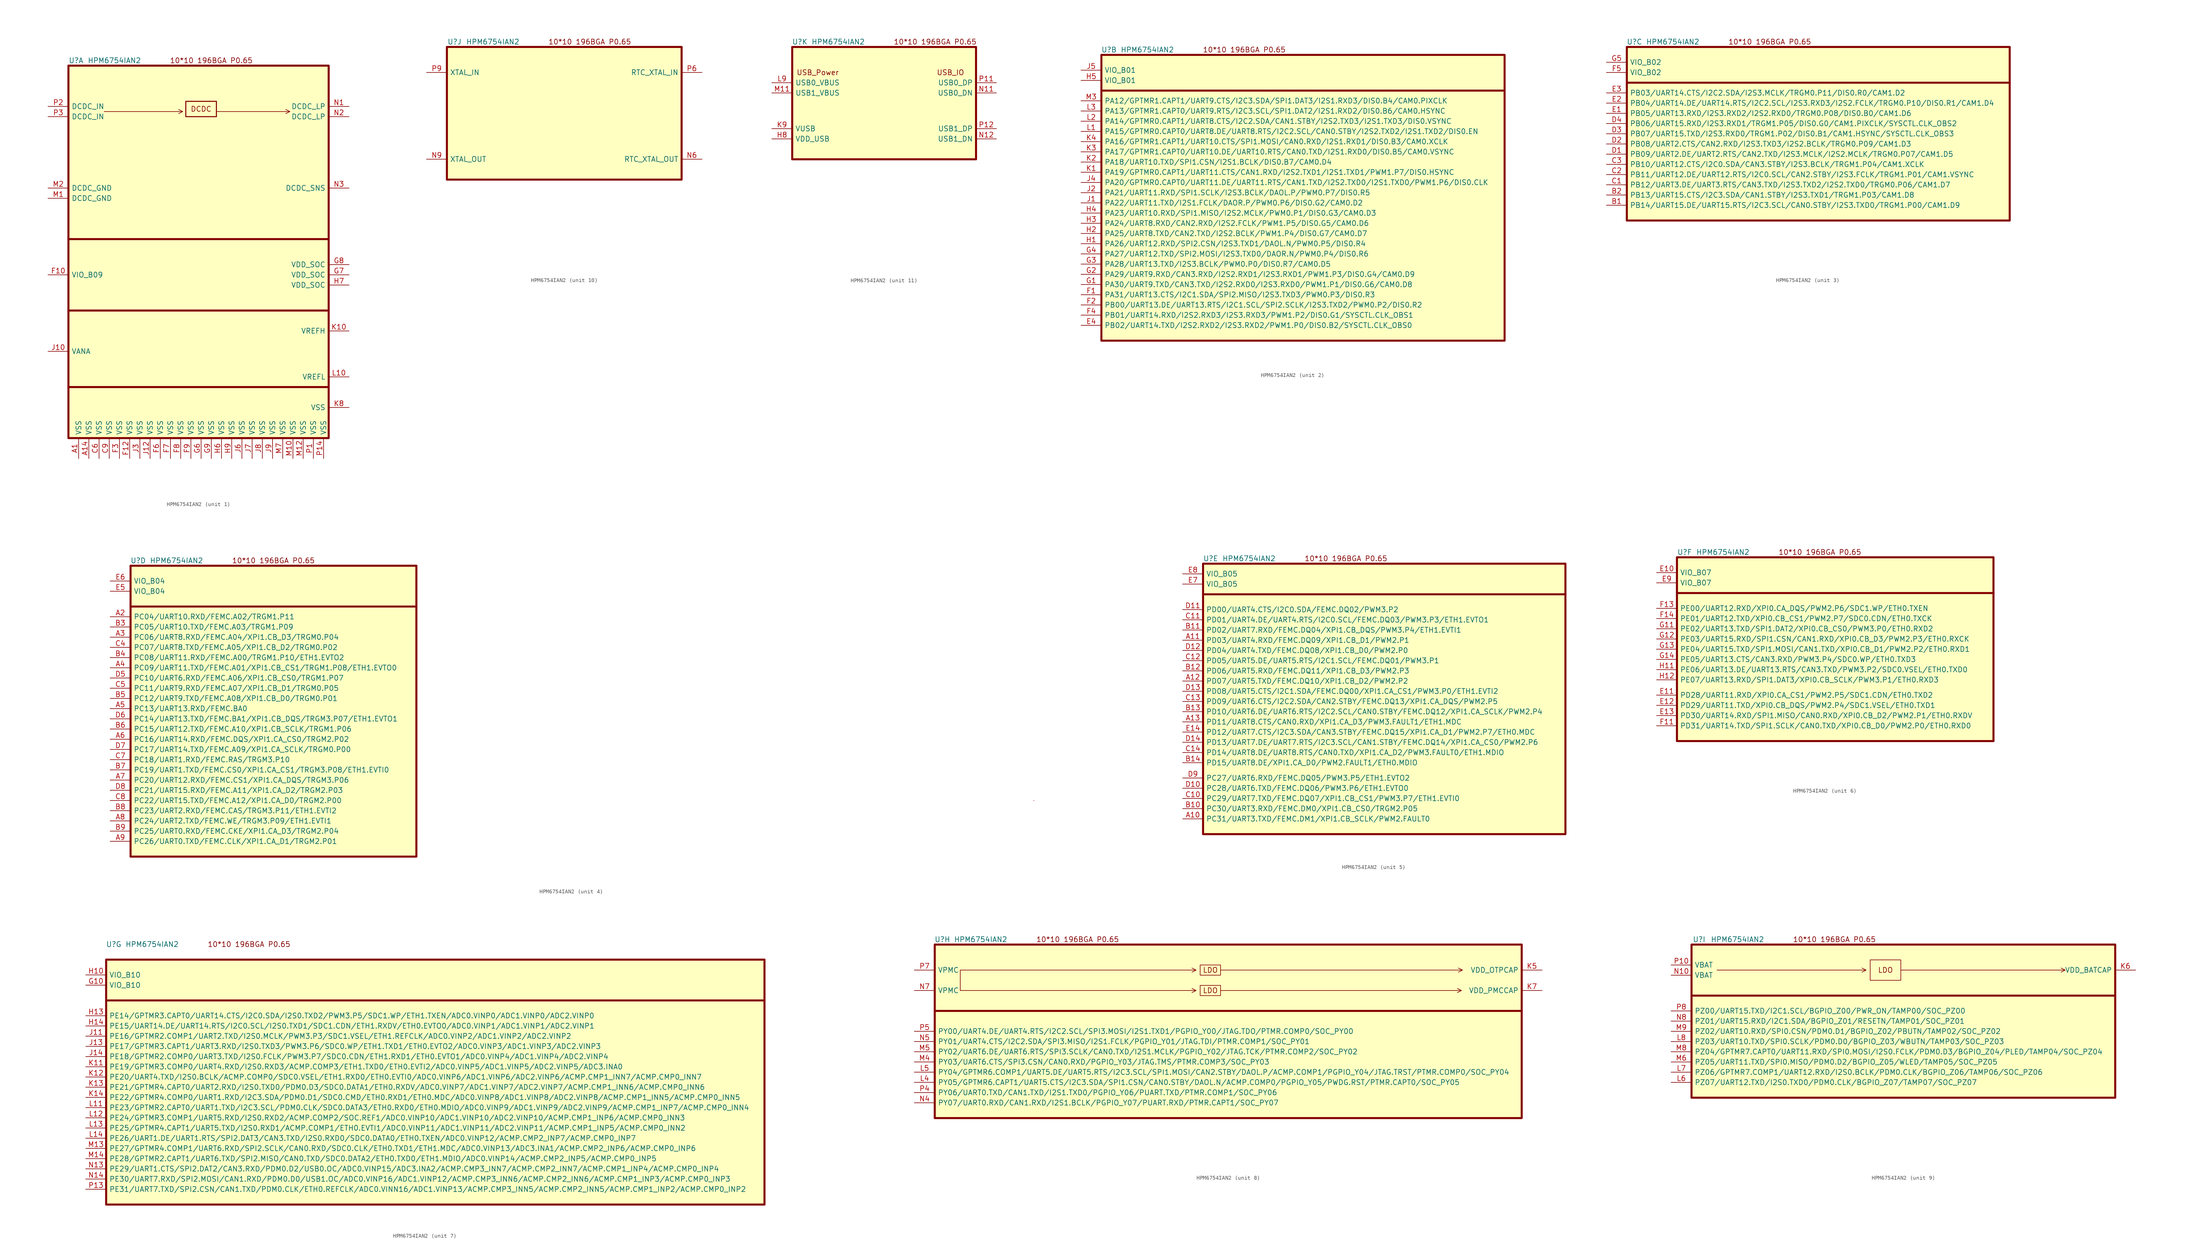
<source format=kicad_sym>
(kicad_symbol_lib
  (version 20220914)
  (generator kicad_symbol_editor)
  (symbol "HPM6754IAN2"
    (pin_names
      (offset 0.762))
    (property "Reference" "U"
      (at 1.905 1.27 0)
      (effects (font (size 1.27 1.27))))
    (property "Value" "HPM6754IAN2"
      (at 11.43 1.27 0)
      (effects (font (size 1.27 1.27))))
    (property "ki_locked" ""
      (at 0 0 0)
      (effects (font (size 1.27 1.27))))
    (symbol "HPM6754IAN2_0_0"
      (text "" (at 41.91 -51.435 0) (effects (font (size 1.27 1.27))))
      (text "10*10 196BGA P0.65" (at 35.56 1.27 0) (effects (font (size 1.27 1.27)))))
    (symbol "HPM6754IAN2_1_0"
      (polyline (pts (xy 8.89 -11.43) (xy 28.448 -11.43) (xy 27.432 -10.922) (xy 28.448 -11.43) (xy 27.432 -11.938)) (stroke (width 0) (type default)) (fill (type none)))
      (polyline (pts (xy 36.83 -11.43) (xy 55.118 -11.43) (xy 54.102 -10.922) (xy 55.118 -11.43) (xy 54.102 -11.938)) (stroke (width 0) (type default)) (fill (type none)))
      (text "DCDC" (at 33.02 -10.795 0) (effects (font (size 1.27 1.27)))))
    (symbol "HPM6754IAN2_1_1"
      (polyline (pts (xy 0 -80.01) (xy 64.77 -80.01)) (stroke (width 0.508) (type default)) (fill (type none)))
      (polyline (pts (xy 0 -60.96) (xy 64.77 -60.96)) (stroke (width 0.508) (type default)) (fill (type none)))
      (polyline (pts (xy 0 -43.18) (xy 64.77 -43.18)) (stroke (width 0.508) (type default)) (fill (type none)))
      (rectangle (start 0 0) (end 64.77 -92.71) (stroke (width 0.508) (type default)) (fill (type background)))
      (rectangle (start 29.21 -8.89) (end 36.83 -12.7) (stroke (width 0.254) (type default)) (fill (type background)))
      (pin power_out line (at 2.54 -97.79 90) (length 5.08) (name "VSS" (effects (font (size 1.27 1.27)))) (number "A1" (effects (font (size 1.27 1.27)))))
      (pin power_out line (at 5.08 -97.79 90) (length 5.08) (name "VSS" (effects (font (size 1.27 1.27)))) (number "A14" (effects (font (size 1.27 1.27)))))
      (pin power_out line (at 7.62 -97.79 90) (length 5.08) (name "VSS" (effects (font (size 1.27 1.27)))) (number "C6" (effects (font (size 1.27 1.27)))))
      (pin power_out line (at 10.16 -97.79 90) (length 5.08) (name "VSS" (effects (font (size 1.27 1.27)))) (number "C9" (effects (font (size 1.27 1.27)))))
      (pin power_in line (at -5.08 -52.07 0) (length 5.08) (name "VIO_B09" (effects (font (size 1.27 1.27)))) (number "F10" (effects (font (size 1.27 1.27)))))
      (pin power_out line (at 15.24 -97.79 90) (length 5.08) (name "VSS" (effects (font (size 1.27 1.27)))) (number "F12" (effects (font (size 1.27 1.27)))))
      (pin power_out line (at 12.7 -97.79 90) (length 5.08) (name "VSS" (effects (font (size 1.27 1.27)))) (number "F3" (effects (font (size 1.27 1.27)))))
      (pin power_out line (at 22.86 -97.79 90) (length 5.08) (name "VSS" (effects (font (size 1.27 1.27)))) (number "F6" (effects (font (size 1.27 1.27)))))
      (pin power_out line (at 25.4 -97.79 90) (length 5.08) (name "VSS" (effects (font (size 1.27 1.27)))) (number "F7" (effects (font (size 1.27 1.27)))))
      (pin power_out line (at 27.94 -97.79 90) (length 5.08) (name "VSS" (effects (font (size 1.27 1.27)))) (number "F8" (effects (font (size 1.27 1.27)))))
      (pin power_out line (at 30.48 -97.79 90) (length 5.08) (name "VSS" (effects (font (size 1.27 1.27)))) (number "F9" (effects (font (size 1.27 1.27)))))
      (pin power_out line (at 33.02 -97.79 90) (length 5.08) (name "VSS" (effects (font (size 1.27 1.27)))) (number "G6" (effects (font (size 1.27 1.27)))))
      (pin power_in line (at 69.85 -52.07 180) (length 5.08) (name "VDD_SOC" (effects (font (size 1.27 1.27)))) (number "G7" (effects (font (size 1.27 1.27)))))
      (pin power_in line (at 69.85 -49.53 180) (length 5.08) (name "VDD_SOC" (effects (font (size 1.27 1.27)))) (number "G8" (effects (font (size 1.27 1.27)))))
      (pin power_out line (at 35.56 -97.79 90) (length 5.08) (name "VSS" (effects (font (size 1.27 1.27)))) (number "G9" (effects (font (size 1.27 1.27)))))
      (pin power_out line (at 38.1 -97.79 90) (length 5.08) (name "VSS" (effects (font (size 1.27 1.27)))) (number "H6" (effects (font (size 1.27 1.27)))))
      (pin power_in line (at 69.85 -54.61 180) (length 5.08) (name "VDD_SOC" (effects (font (size 1.27 1.27)))) (number "H7" (effects (font (size 1.27 1.27)))))
      (pin power_out line (at 40.64 -97.79 90) (length 5.08) (name "VSS" (effects (font (size 1.27 1.27)))) (number "H9" (effects (font (size 1.27 1.27)))))
      (pin power_in line (at -5.08 -71.12 0) (length 5.08) (name "VANA" (effects (font (size 1.27 1.27)))) (number "J10" (effects (font (size 1.27 1.27)))))
      (pin power_out line (at 20.32 -97.79 90) (length 5.08) (name "VSS" (effects (font (size 1.27 1.27)))) (number "J12" (effects (font (size 1.27 1.27)))))
      (pin power_out line (at 17.78 -97.79 90) (length 5.08) (name "VSS" (effects (font (size 1.27 1.27)))) (number "J3" (effects (font (size 1.27 1.27)))))
      (pin power_out line (at 43.18 -97.79 90) (length 5.08) (name "VSS" (effects (font (size 1.27 1.27)))) (number "J6" (effects (font (size 1.27 1.27)))))
      (pin power_out line (at 45.72 -97.79 90) (length 5.08) (name "VSS" (effects (font (size 1.27 1.27)))) (number "J7" (effects (font (size 1.27 1.27)))))
      (pin power_out line (at 48.26 -97.79 90) (length 5.08) (name "VSS" (effects (font (size 1.27 1.27)))) (number "J8" (effects (font (size 1.27 1.27)))))
      (pin power_out line (at 50.8 -97.79 90) (length 5.08) (name "VSS" (effects (font (size 1.27 1.27)))) (number "J9" (effects (font (size 1.27 1.27)))))
      (pin power_in line (at 69.85 -66.04 180) (length 5.08) (name "VREFH" (effects (font (size 1.27 1.27)))) (number "K10" (effects (font (size 1.27 1.27)))))
      (pin power_out line (at 69.85 -85.09 180) (length 5.08) (name "VSS" (effects (font (size 1.27 1.27)))) (number "K8" (effects (font (size 1.27 1.27)))))
      (pin power_out line (at 69.85 -77.47 180) (length 5.08) (name "VREFL" (effects (font (size 1.27 1.27)))) (number "L10" (effects (font (size 1.27 1.27)))))
      (pin power_out line (at -5.08 -33.02 0) (length 5.08) (name "DCDC_GND" (effects (font (size 1.27 1.27)))) (number "M1" (effects (font (size 1.27 1.27)))))
      (pin power_out line (at 55.88 -97.79 90) (length 5.08) (name "VSS" (effects (font (size 1.27 1.27)))) (number "M10" (effects (font (size 1.27 1.27)))))
      (pin power_out line (at 58.42 -97.79 90) (length 5.08) (name "VSS" (effects (font (size 1.27 1.27)))) (number "M12" (effects (font (size 1.27 1.27)))))
      (pin power_out line (at -5.08 -30.48 0) (length 5.08) (name "DCDC_GND" (effects (font (size 1.27 1.27)))) (number "M2" (effects (font (size 1.27 1.27)))))
      (pin power_out line (at 53.34 -97.79 90) (length 5.08) (name "VSS" (effects (font (size 1.27 1.27)))) (number "M7" (effects (font (size 1.27 1.27)))))
      (pin power_out line (at 69.85 -10.16 180) (length 5.08) (name "DCDC_LP" (effects (font (size 1.27 1.27)))) (number "N1" (effects (font (size 1.27 1.27)))))
      (pin power_out line (at 69.85 -12.7 180) (length 5.08) (name "DCDC_LP" (effects (font (size 1.27 1.27)))) (number "N2" (effects (font (size 1.27 1.27)))))
      (pin input line (at 69.85 -30.48 180) (length 5.08) (name "DCDC_SNS" (effects (font (size 1.27 1.27)))) (number "N3" (effects (font (size 1.27 1.27)))))
      (pin power_out line (at 60.96 -97.79 90) (length 5.08) (name "VSS" (effects (font (size 1.27 1.27)))) (number "P1" (effects (font (size 1.27 1.27)))))
      (pin power_out line (at 63.5 -97.79 90) (length 5.08) (name "VSS" (effects (font (size 1.27 1.27)))) (number "P14" (effects (font (size 1.27 1.27)))))
      (pin power_in line (at -5.08 -10.16 0) (length 5.08) (name "DCDC_IN" (effects (font (size 1.27 1.27)))) (number "P2" (effects (font (size 1.27 1.27)))))
      (pin power_in line (at -5.08 -12.7 0) (length 5.08) (name "DCDC_IN" (effects (font (size 1.27 1.27)))) (number "P3" (effects (font (size 1.27 1.27))))))
    (symbol "HPM6754IAN2_2_0"
      (polyline (pts (xy 0 -8.89) (xy 100.33 -8.89)) (stroke (width 0.5) (type default)) (fill (type none)))
      (rectangle (start 0 0) (end 100.33 -71.12) (stroke (width 0.5) (type default)) (fill (type background))))
    (symbol "HPM6754IAN2_2_1"
      (pin bidirectional line (at -5.08 -67.31 0) (length 5.08) (name "PB02/UART14.TXD/I2S2.RXD2/I2S3.RXD2/PWM1.P0/DIS0.B2/SYSCTL.CLK_OBS0" (effects (font (size 1.27 1.27)))) (number "E4" (effects (font (size 1.27 1.27)))))
      (pin bidirectional line (at -5.08 -59.69 0) (length 5.08) (name "PA31/UART13.CTS/I2C1.SDA/SPI2.MISO/I2S3.TXD3/PWM0.P3/DIS0.R3" (effects (font (size 1.27 1.27)))) (number "F1" (effects (font (size 1.27 1.27)))))
      (pin bidirectional line (at -5.08 -62.23 0) (length 5.08) (name "PB00/UART13.DE/UART13.RTS/I2C1.SCL/SPI2.SCLK/I2S3.TXD2/PWM0.P2/DIS0.R2" (effects (font (size 1.27 1.27)))) (number "F2" (effects (font (size 1.27 1.27)))))
      (pin bidirectional line (at -5.08 -64.77 0) (length 5.08) (name "PB01/UART14.RXD/I2S2.RXD3/I2S3.RXD3/PWM1.P2/DIS0.G1/SYSCTL.CLK_OBS1" (effects (font (size 1.27 1.27)))) (number "F4" (effects (font (size 1.27 1.27)))))
      (pin bidirectional line (at -5.08 -57.15 0) (length 5.08) (name "PA30/UART9.TXD/CAN3.TXD/I2S2.RXD0/I2S3.RXD0/PWM1.P1/DIS0.G6/CAM0.D8" (effects (font (size 1.27 1.27)))) (number "G1" (effects (font (size 1.27 1.27)))))
      (pin bidirectional line (at -5.08 -54.61 0) (length 5.08) (name "PA29/UART9.RXD/CAN3.RXD/I2S2.RXD1/I2S3.RXD1/PWM1.P3/DIS0.G4/CAM0.D9" (effects (font (size 1.27 1.27)))) (number "G2" (effects (font (size 1.27 1.27)))))
      (pin bidirectional line (at -5.08 -52.07 0) (length 5.08) (name "PA28/UART13.TXD/I2S3.BCLK/PWM0.P0/DIS0.R7/CAM0.D5" (effects (font (size 1.27 1.27)))) (number "G3" (effects (font (size 1.27 1.27)))))
      (pin bidirectional line (at -5.08 -49.53 0) (length 5.08) (name "PA27/UART12.TXD/SPI2.MOSI/I2S3.TXD0/DAOR.N/PWM0.P4/DIS0.R6" (effects (font (size 1.27 1.27)))) (number "G4" (effects (font (size 1.27 1.27)))))
      (pin bidirectional line (at -5.08 -46.99 0) (length 5.08) (name "PA26/UART12.RXD/SPI2.CSN/I2S3.TXD1/DAOL.N/PWM0.P5/DIS0.R4" (effects (font (size 1.27 1.27)))) (number "H1" (effects (font (size 1.27 1.27)))))
      (pin bidirectional line (at -5.08 -44.45 0) (length 5.08) (name "PA25/UART8.TXD/CAN2.TXD/I2S2.BCLK/PWM1.P4/DIS0.G7/CAM0.D7" (effects (font (size 1.27 1.27)))) (number "H2" (effects (font (size 1.27 1.27)))))
      (pin bidirectional line (at -5.08 -41.91 0) (length 5.08) (name "PA24/UART8.RXD/CAN2.RXD/I2S2.FCLK/PWM1.P5/DIS0.G5/CAM0.D6" (effects (font (size 1.27 1.27)))) (number "H3" (effects (font (size 1.27 1.27)))))
      (pin bidirectional line (at -5.08 -39.37 0) (length 5.08) (name "PA23/UART10.RXD/SPI1.MISO/I2S2.MCLK/PWM0.P1/DIS0.G3/CAM0.D3" (effects (font (size 1.27 1.27)))) (number "H4" (effects (font (size 1.27 1.27)))))
      (pin power_in line (at -5.08 -6.35 0) (length 5.08) (name "VIO_B01" (effects (font (size 1.27 1.27)))) (number "H5" (effects (font (size 1.27 1.27)))))
      (pin bidirectional line (at -5.08 -36.83 0) (length 5.08) (name "PA22/UART11.TXD/I2S1.FCLK/DAOR.P/PWM0.P6/DIS0.G2/CAM0.D2" (effects (font (size 1.27 1.27)))) (number "J1" (effects (font (size 1.27 1.27)))))
      (pin bidirectional line (at -5.08 -34.29 0) (length 5.08) (name "PA21/UART11.RXD/SPI1.SCLK/I2S3.BCLK/DAOL.P/PWM0.P7/DIS0.R5" (effects (font (size 1.27 1.27)))) (number "J2" (effects (font (size 1.27 1.27)))))
      (pin bidirectional line (at -5.08 -31.75 0) (length 5.08) (name "PA20/GPTMR0.CAPT0/UART11.DE/UART11.RTS/CAN1.TXD/I2S2.TXD0/I2S1.TXD0/PWM1.P6/DIS0.CLK" (effects (font (size 1.27 1.27)))) (number "J4" (effects (font (size 1.27 1.27)))))
      (pin power_in line (at -5.08 -3.81 0) (length 5.08) (name "VIO_B01" (effects (font (size 1.27 1.27)))) (number "J5" (effects (font (size 1.27 1.27)))))
      (pin bidirectional line (at -5.08 -29.21 0) (length 5.08) (name "PA19/GPTMR0.CAPT1/UART11.CTS/CAN1.RXD/I2S2.TXD1/I2S1.TXD1/PWM1.P7/DIS0.HSYNC" (effects (font (size 1.27 1.27)))) (number "K1" (effects (font (size 1.27 1.27)))))
      (pin bidirectional line (at -5.08 -26.67 0) (length 5.08) (name "PA18/UART10.TXD/SPI1.CSN/I2S1.BCLK/DIS0.B7/CAM0.D4" (effects (font (size 1.27 1.27)))) (number "K2" (effects (font (size 1.27 1.27)))))
      (pin bidirectional line (at -5.08 -24.13 0) (length 5.08) (name "PA17/GPTMR1.CAPT0/UART10.DE/UART10.RTS/CAN0.TXD/I2S1.RXD0/DIS0.B5/CAM0.VSYNC" (effects (font (size 1.27 1.27)))) (number "K3" (effects (font (size 1.27 1.27)))))
      (pin bidirectional line (at -5.08 -21.59 0) (length 5.08) (name "PA16/GPTMR1.CAPT1/UART10.CTS/SPI1.MOSI/CAN0.RXD/I2S1.RXD1/DIS0.B3/CAM0.XCLK" (effects (font (size 1.27 1.27)))) (number "K4" (effects (font (size 1.27 1.27)))))
      (pin bidirectional line (at -5.08 -19.05 0) (length 5.08) (name "PA15/GPTMR0.CAPT0/UART8.DE/UART8.RTS/I2C2.SCL/CAN0.STBY/I2S2.TXD2/I2S1.TXD2/DIS0.EN" (effects (font (size 1.27 1.27)))) (number "L1" (effects (font (size 1.27 1.27)))))
      (pin bidirectional line (at -5.08 -16.51 0) (length 5.08) (name "PA14/GPTMR0.CAPT1/UART8.CTS/I2C2.SDA/CAN1.STBY/I2S2.TXD3/I2S1.TXD3/DIS0.VSYNC" (effects (font (size 1.27 1.27)))) (number "L2" (effects (font (size 1.27 1.27)))))
      (pin bidirectional line (at -5.08 -13.97 0) (length 5.08) (name "PA13/GPTMR1.CAPT0/UART9.RTS/I2C3.SCL/SPI1.DAT2/I2S1.RXD2/DIS0.B6/CAM0.HSYNC" (effects (font (size 1.27 1.27)))) (number "L3" (effects (font (size 1.27 1.27)))))
      (pin bidirectional line (at -5.08 -11.43 0) (length 5.08) (name "PA12/GPTMR1.CAPT1/UART9.CTS/I2C3.SDA/SPI1.DAT3/I2S1.RXD3/DIS0.B4/CAM0.PIXCLK" (effects (font (size 1.27 1.27)))) (number "M3" (effects (font (size 1.27 1.27))))))
    (symbol "HPM6754IAN2_3_0"
      (polyline (pts (xy 0 -8.89) (xy 95.25 -8.89)) (stroke (width 0.5) (type default)) (fill (type none)))
      (rectangle (start 0 0) (end 95.25 -43.18) (stroke (width 0.508) (type default)) (fill (type background))))
    (symbol "HPM6754IAN2_3_1"
      (pin bidirectional line (at -5.08 -39.37 0) (length 5.08) (name "PB14/UART15.DE/UART15.RTS/I2C3.SCL/CAN0.STBY/I2S3.TXD0/TRGM1.P00/CAM1.D9" (effects (font (size 1.27 1.27)))) (number "B1" (effects (font (size 1.27 1.27)))))
      (pin bidirectional line (at -5.08 -36.83 0) (length 5.08) (name "PB13/UART15.CTS/I2C3.SDA/CAN1.STBY/I2S3.TXD1/TRGM1.P03/CAM1.D8" (effects (font (size 1.27 1.27)))) (number "B2" (effects (font (size 1.27 1.27)))))
      (pin bidirectional line (at -5.08 -34.29 0) (length 5.08) (name "PB12/UART3.DE/UART3.RTS/CAN3.TXD/I2S3.TXD2/I2S2.TXD0/TRGM0.P06/CAM1.D7" (effects (font (size 1.27 1.27)))) (number "C1" (effects (font (size 1.27 1.27)))))
      (pin bidirectional line (at -5.08 -31.75 0) (length 5.08) (name "PB11/UART12.DE/UART12.RTS/I2C0.SCL/CAN2.STBY/I2S3.FCLK/TRGM1.P01/CAM1.VSYNC" (effects (font (size 1.27 1.27)))) (number "C2" (effects (font (size 1.27 1.27)))))
      (pin bidirectional line (at -5.08 -29.21 0) (length 5.08) (name "PB10/UART12.CTS/I2C0.SDA/CAN3.STBY/I2S3.BCLK/TRGM1.P04/CAM1.XCLK" (effects (font (size 1.27 1.27)))) (number "C3" (effects (font (size 1.27 1.27)))))
      (pin bidirectional line (at -5.08 -26.67 0) (length 5.08) (name "PB09/UART2.DE/UART2.RTS/CAN2.TXD/I2S3.MCLK/I2S2.MCLK/TRGM0.P07/CAM1.D5" (effects (font (size 1.27 1.27)))) (number "D1" (effects (font (size 1.27 1.27)))))
      (pin bidirectional line (at -5.08 -24.13 0) (length 5.08) (name "PB08/UART2.CTS/CAN2.RXD/I2S3.TXD3/I2S2.BCLK/TRGM0.P09/CAM1.D3" (effects (font (size 1.27 1.27)))) (number "D2" (effects (font (size 1.27 1.27)))))
      (pin bidirectional line (at -5.08 -21.59 0) (length 5.08) (name "PB07/UART15.TXD/I2S3.RXD0/TRGM1.P02/DIS0.B1/CAM1.HSYNC/SYSCTL.CLK_OBS3" (effects (font (size 1.27 1.27)))) (number "D3" (effects (font (size 1.27 1.27)))))
      (pin bidirectional line (at -5.08 -19.05 0) (length 5.08) (name "PB06/UART15.RXD/I2S3.RXD1/TRGM1.P05/DIS0.G0/CAM1.PIXCLK/SYSCTL.CLK_OBS2" (effects (font (size 1.27 1.27)))) (number "D4" (effects (font (size 1.27 1.27)))))
      (pin bidirectional line (at -5.08 -16.51 0) (length 5.08) (name "PB05/UART13.RXD/I2S3.RXD2/I2S2.RXD0/TRGM0.P08/DIS0.B0/CAM1.D6" (effects (font (size 1.27 1.27)))) (number "E1" (effects (font (size 1.27 1.27)))))
      (pin bidirectional line (at -5.08 -13.97 0) (length 5.08) (name "PB04/UART14.DE/UART14.RTS/I2C2.SCL/I2S3.RXD3/I2S2.FCLK/TRGM0.P10/DIS0.R1/CAM1.D4" (effects (font (size 1.27 1.27)))) (number "E2" (effects (font (size 1.27 1.27)))))
      (pin bidirectional line (at -5.08 -11.43 0) (length 5.08) (name "PB03/UART14.CTS/I2C2.SDA/I2S3.MCLK/TRGM0.P11/DIS0.R0/CAM1.D2" (effects (font (size 1.27 1.27)))) (number "E3" (effects (font (size 1.27 1.27)))))
      (pin power_in line (at -5.08 -6.35 0) (length 5.08) (name "VIO_B02" (effects (font (size 1.27 1.27)))) (number "F5" (effects (font (size 1.27 1.27)))))
      (pin power_in line (at -5.08 -3.81 0) (length 5.08) (name "VIO_B02" (effects (font (size 1.27 1.27)))) (number "G5" (effects (font (size 1.27 1.27))))))
    (symbol "HPM6754IAN2_4_0"
      (polyline (pts (xy 0 -10.16) (xy 71.12 -10.16)) (stroke (width 0.5) (type default)) (fill (type none)))
      (rectangle (start 0 0) (end 71.12 -72.39) (stroke (width 0.508) (type default)) (fill (type background)))
      (rectangle (start 224.79 -58.42) (end 224.79 -58.42) (stroke (width 0) (type default)) (fill (type none)))
      (rectangle (start 224.79 -58.42) (end 224.79 -58.42) (stroke (width 0) (type default)) (fill (type none))))
    (symbol "HPM6754IAN2_4_1"
      (pin bidirectional line (at -5.08 -12.7 0) (length 5.08) (name "PC04/UART10.RXD/FEMC.A02/TRGM1.P11" (effects (font (size 1.27 1.27)))) (number "A2" (effects (font (size 1.27 1.27)))))
      (pin bidirectional line (at -5.08 -17.78 0) (length 5.08) (name "PC06/UART8.RXD/FEMC.A04/XPI1.CB_D3/TRGM0.P04" (effects (font (size 1.27 1.27)))) (number "A3" (effects (font (size 1.27 1.27)))))
      (pin bidirectional line (at -5.08 -25.4 0) (length 5.08) (name "PC09/UART11.TXD/FEMC.A01/XPI1.CB_CS1/TRGM1.P08/ETH1.EVTO0" (effects (font (size 1.27 1.27)))) (number "A4" (effects (font (size 1.27 1.27)))))
      (pin bidirectional line (at -5.08 -35.56 0) (length 5.08) (name "PC13/UART13.RXD/FEMC.BA0" (effects (font (size 1.27 1.27)))) (number "A5" (effects (font (size 1.27 1.27)))))
      (pin bidirectional line (at -5.08 -43.18 0) (length 5.08) (name "PC16/UART14.RXD/FEMC.DQS/XPI1.CA_CS0/TRGM2.P02" (effects (font (size 1.27 1.27)))) (number "A6" (effects (font (size 1.27 1.27)))))
      (pin bidirectional line (at -5.08 -53.34 0) (length 5.08) (name "PC20/UART12.RXD/FEMC.CS1/XPI1.CA_DQS/TRGM3.P06" (effects (font (size 1.27 1.27)))) (number "A7" (effects (font (size 1.27 1.27)))))
      (pin bidirectional line (at -5.08 -63.5 0) (length 5.08) (name "PC24/UART2.TXD/FEMC.WE/TRGM3.P09/ETH1.EVTI1" (effects (font (size 1.27 1.27)))) (number "A8" (effects (font (size 1.27 1.27)))))
      (pin bidirectional line (at -5.08 -68.58 0) (length 5.08) (name "PC26/UART0.TXD/FEMC.CLK/XPI1.CA_D1/TRGM2.P01" (effects (font (size 1.27 1.27)))) (number "A9" (effects (font (size 1.27 1.27)))))
      (pin bidirectional line (at -5.08 -15.24 0) (length 5.08) (name "PC05/UART10.TXD/FEMC.A03/TRGM1.P09" (effects (font (size 1.27 1.27)))) (number "B3" (effects (font (size 1.27 1.27)))))
      (pin bidirectional line (at -5.08 -22.86 0) (length 5.08) (name "PC08/UART11.RXD/FEMC.A00/TRGM1.P10/ETH1.EVTO2" (effects (font (size 1.27 1.27)))) (number "B4" (effects (font (size 1.27 1.27)))))
      (pin bidirectional line (at -5.08 -33.02 0) (length 5.08) (name "PC12/UART9.TXD/FEMC.A08/XPI1.CB_D0/TRGM0.P01" (effects (font (size 1.27 1.27)))) (number "B5" (effects (font (size 1.27 1.27)))))
      (pin bidirectional line (at -5.08 -40.64 0) (length 5.08) (name "PC15/UART12.TXD/FEMC.A10/XPI1.CB_SCLK/TRGM1.P06" (effects (font (size 1.27 1.27)))) (number "B6" (effects (font (size 1.27 1.27)))))
      (pin bidirectional line (at -5.08 -50.8 0) (length 5.08) (name "PC19/UART1.TXD/FEMC.CS0/XPI1.CA_CS1/TRGM3.P08/ETH1.EVTI0" (effects (font (size 1.27 1.27)))) (number "B7" (effects (font (size 1.27 1.27)))))
      (pin bidirectional line (at -5.08 -60.96 0) (length 5.08) (name "PC23/UART2.RXD/FEMC.CAS/TRGM3.P11/ETH1.EVTI2" (effects (font (size 1.27 1.27)))) (number "B8" (effects (font (size 1.27 1.27)))))
      (pin bidirectional line (at -5.08 -66.04 0) (length 5.08) (name "PC25/UART0.RXD/FEMC.CKE/XPI1.CA_D3/TRGM2.P04" (effects (font (size 1.27 1.27)))) (number "B9" (effects (font (size 1.27 1.27)))))
      (pin bidirectional line (at -5.08 -20.32 0) (length 5.08) (name "PC07/UART8.TXD/FEMC.A05/XPI1.CB_D2/TRGM0.P02" (effects (font (size 1.27 1.27)))) (number "C4" (effects (font (size 1.27 1.27)))))
      (pin bidirectional line (at -5.08 -30.48 0) (length 5.08) (name "PC11/UART9.RXD/FEMC.A07/XPI1.CB_D1/TRGM0.P05" (effects (font (size 1.27 1.27)))) (number "C5" (effects (font (size 1.27 1.27)))))
      (pin bidirectional line (at -5.08 -48.26 0) (length 5.08) (name "PC18/UART1.RXD/FEMC.RAS/TRGM3.P10" (effects (font (size 1.27 1.27)))) (number "C7" (effects (font (size 1.27 1.27)))))
      (pin bidirectional line (at -5.08 -58.42 0) (length 5.08) (name "PC22/UART15.TXD/FEMC.A12/XPI1.CA_D0/TRGM2.P00" (effects (font (size 1.27 1.27)))) (number "C8" (effects (font (size 1.27 1.27)))))
      (pin bidirectional line (at -5.08 -27.94 0) (length 5.08) (name "PC10/UART6.RXD/FEMC.A06/XPI1.CB_CS0/TRGM1.P07" (effects (font (size 1.27 1.27)))) (number "D5" (effects (font (size 1.27 1.27)))))
      (pin bidirectional line (at -5.08 -38.1 0) (length 5.08) (name "PC14/UART13.TXD/FEMC.BA1/XPI1.CB_DQS/TRGM3.P07/ETH1.EVTO1" (effects (font (size 1.27 1.27)))) (number "D6" (effects (font (size 1.27 1.27)))))
      (pin bidirectional line (at -5.08 -45.72 0) (length 5.08) (name "PC17/UART14.TXD/FEMC.A09/XPI1.CA_SCLK/TRGM0.P00" (effects (font (size 1.27 1.27)))) (number "D7" (effects (font (size 1.27 1.27)))))
      (pin bidirectional line (at -5.08 -55.88 0) (length 5.08) (name "PC21/UART15.RXD/FEMC.A11/XPI1.CA_D2/TRGM2.P03" (effects (font (size 1.27 1.27)))) (number "D8" (effects (font (size 1.27 1.27)))))
      (pin power_in line (at -5.08 -6.35 0) (length 5.08) (name "VIO_B04" (effects (font (size 1.27 1.27)))) (number "E5" (effects (font (size 1.27 1.27)))))
      (pin power_in line (at -5.08 -3.81 0) (length 5.08) (name "VIO_B04" (effects (font (size 1.27 1.27)))) (number "E6" (effects (font (size 1.27 1.27))))))
    (symbol "HPM6754IAN2_5_0"
      (polyline (pts (xy 0 -7.62) (xy 90.17 -7.62)) (stroke (width 0.5) (type default)) (fill (type none)))
      (rectangle (start 0 0) (end 90.17 -67.31) (stroke (width 0.508) (type default)) (fill (type background))))
    (symbol "HPM6754IAN2_5_1"
      (pin bidirectional line (at -5.08 -63.5 0) (length 5.08) (name "PC31/UART3.TXD/FEMC.DM1/XPI1.CB_SCLK/PWM2.FAULT0" (effects (font (size 1.27 1.27)))) (number "A10" (effects (font (size 1.27 1.27)))))
      (pin bidirectional line (at -5.08 -19.05 0) (length 5.08) (name "PD03/UART4.RXD/FEMC.DQ09/XPI1.CB_D1/PWM2.P1" (effects (font (size 1.27 1.27)))) (number "A11" (effects (font (size 1.27 1.27)))))
      (pin bidirectional line (at -5.08 -29.21 0) (length 5.08) (name "PD07/UART5.TXD/FEMC.DQ10/XPI1.CB_D2/PWM2.P2" (effects (font (size 1.27 1.27)))) (number "A12" (effects (font (size 1.27 1.27)))))
      (pin bidirectional line (at -5.08 -39.37 0) (length 5.08) (name "PD11/UART8.CTS/CAN0.RXD/XPI1.CA_D3/PWM3.FAULT1/ETH1.MDC" (effects (font (size 1.27 1.27)))) (number "A13" (effects (font (size 1.27 1.27)))))
      (pin bidirectional line (at -5.08 -60.96 0) (length 5.08) (name "PC30/UART3.RXD/FEMC.DM0/XPI1.CB_CS0/TRGM2.P05" (effects (font (size 1.27 1.27)))) (number "B10" (effects (font (size 1.27 1.27)))))
      (pin bidirectional line (at -5.08 -16.51 0) (length 5.08) (name "PD02/UART7.RXD/FEMC.DQ04/XPI1.CB_DQS/PWM3.P4/ETH1.EVTI1" (effects (font (size 1.27 1.27)))) (number "B11" (effects (font (size 1.27 1.27)))))
      (pin bidirectional line (at -5.08 -26.67 0) (length 5.08) (name "PD06/UART5.RXD/FEMC.DQ11/XPI1.CB_D3/PWM2.P3" (effects (font (size 1.27 1.27)))) (number "B12" (effects (font (size 1.27 1.27)))))
      (pin bidirectional line (at -5.08 -36.83 0) (length 5.08) (name "PD10/UART6.DE/UART6.RTS/I2C2.SCL/CAN0.STBY/FEMC.DQ12/XPI1.CA_SCLK/PWM2.P4" (effects (font (size 1.27 1.27)))) (number "B13" (effects (font (size 1.27 1.27)))))
      (pin bidirectional line (at -5.08 -49.53 0) (length 5.08) (name "PD15/UART8.DE/XPI1.CA_D0/PWM2.FAULT1/ETH0.MDIO" (effects (font (size 1.27 1.27)))) (number "B14" (effects (font (size 1.27 1.27)))))
      (pin bidirectional line (at -5.08 -58.42 0) (length 5.08) (name "PC29/UART7.TXD/FEMC.DQ07/XPI1.CB_CS1/PWM3.P7/ETH1.EVTI0" (effects (font (size 1.27 1.27)))) (number "C10" (effects (font (size 1.27 1.27)))))
      (pin bidirectional line (at -5.08 -13.97 0) (length 5.08) (name "PD01/UART4.DE/UART4.RTS/I2C0.SCL/FEMC.DQ03/PWM3.P3/ETH1.EVTO1" (effects (font (size 1.27 1.27)))) (number "C11" (effects (font (size 1.27 1.27)))))
      (pin bidirectional line (at -5.08 -24.13 0) (length 5.08) (name "PD05/UART5.DE/UART5.RTS/I2C1.SCL/FEMC.DQ01/PWM3.P1" (effects (font (size 1.27 1.27)))) (number "C12" (effects (font (size 1.27 1.27)))))
      (pin bidirectional line (at -5.08 -34.29 0) (length 5.08) (name "PD09/UART6.CTS/I2C2.SDA/CAN2.STBY/FEMC.DQ13/XPI1.CA_DQS/PWM2.P5" (effects (font (size 1.27 1.27)))) (number "C13" (effects (font (size 1.27 1.27)))))
      (pin bidirectional line (at -5.08 -46.99 0) (length 5.08) (name "PD14/UART8.DE/UART8.RTS/CAN0.TXD/XPI1.CA_D2/PWM3.FAULT0/ETH1.MDIO" (effects (font (size 1.27 1.27)))) (number "C14" (effects (font (size 1.27 1.27)))))
      (pin bidirectional line (at -5.08 -55.88 0) (length 5.08) (name "PC28/UART6.TXD/FEMC.DQ06/PWM3.P6/ETH1.EVTO0" (effects (font (size 1.27 1.27)))) (number "D10" (effects (font (size 1.27 1.27)))))
      (pin bidirectional line (at -5.08 -11.43 0) (length 5.08) (name "PD00/UART4.CTS/I2C0.SDA/FEMC.DQ02/PWM3.P2" (effects (font (size 1.27 1.27)))) (number "D11" (effects (font (size 1.27 1.27)))))
      (pin bidirectional line (at -5.08 -21.59 0) (length 5.08) (name "PD04/UART4.TXD/FEMC.DQ08/XPI1.CB_D0/PWM2.P0" (effects (font (size 1.27 1.27)))) (number "D12" (effects (font (size 1.27 1.27)))))
      (pin bidirectional line (at -5.08 -31.75 0) (length 5.08) (name "PD08/UART5.CTS/I2C1.SDA/FEMC.DQ00/XPI1.CA_CS1/PWM3.P0/ETH1.EVTI2" (effects (font (size 1.27 1.27)))) (number "D13" (effects (font (size 1.27 1.27)))))
      (pin bidirectional line (at -5.08 -44.45 0) (length 5.08) (name "PD13/UART7.DE/UART7.RTS/I2C3.SCL/CAN1.STBY/FEMC.DQ14/XPI1.CA_CS0/PWM2.P6" (effects (font (size 1.27 1.27)))) (number "D14" (effects (font (size 1.27 1.27)))))
      (pin bidirectional line (at -5.08 -53.34 0) (length 5.08) (name "PC27/UART6.RXD/FEMC.DQ05/PWM3.P5/ETH1.EVTO2" (effects (font (size 1.27 1.27)))) (number "D9" (effects (font (size 1.27 1.27)))))
      (pin bidirectional line (at -5.08 -41.91 0) (length 5.08) (name "PD12/UART7.CTS/I2C3.SDA/CAN3.STBY/FEMC.DQ15/XPI1.CA_D1/PWM2.P7/ETH0.MDC" (effects (font (size 1.27 1.27)))) (number "E14" (effects (font (size 1.27 1.27)))))
      (pin power_in line (at -5.08 -5.08 0) (length 5.08) (name "VIO_B05" (effects (font (size 1.27 1.27)))) (number "E7" (effects (font (size 1.27 1.27)))))
      (pin power_in line (at -5.08 -2.54 0) (length 5.08) (name "VIO_B05" (effects (font (size 1.27 1.27)))) (number "E8" (effects (font (size 1.27 1.27))))))
    (symbol "HPM6754IAN2_6_0"
      (polyline (pts (xy 0 -8.89) (xy 78.74 -8.89)) (stroke (width 0.5) (type default)) (fill (type none)))
      (rectangle (start 0 0) (end 78.74 -45.72) (stroke (width 0.508) (type default)) (fill (type background))))
    (symbol "HPM6754IAN2_6_1"
      (pin power_in line (at -5.08 -3.81 0) (length 5.08) (name "VIO_B07" (effects (font (size 1.27 1.27)))) (number "E10" (effects (font (size 1.27 1.27)))))
      (pin bidirectional line (at -5.08 -34.29 0) (length 5.08) (name "PD28/UART11.RXD/XPI0.CA_CS1/PWM2.P5/SDC1.CDN/ETH0.TXD2" (effects (font (size 1.27 1.27)))) (number "E11" (effects (font (size 1.27 1.27)))))
      (pin bidirectional line (at -5.08 -36.83 0) (length 5.08) (name "PD29/UART11.TXD/XPI0.CB_DQS/PWM2.P4/SDC1.VSEL/ETH0.TXD1" (effects (font (size 1.27 1.27)))) (number "E12" (effects (font (size 1.27 1.27)))))
      (pin bidirectional line (at -5.08 -39.37 0) (length 5.08) (name "PD30/UART14.RXD/SPI1.MISO/CAN0.RXD/XPI0.CB_D2/PWM2.P1/ETH0.RXDV" (effects (font (size 1.27 1.27)))) (number "E13" (effects (font (size 1.27 1.27)))))
      (pin power_in line (at -5.08 -6.35 0) (length 5.08) (name "VIO_B07" (effects (font (size 1.27 1.27)))) (number "E9" (effects (font (size 1.27 1.27)))))
      (pin bidirectional line (at -5.08 -41.91 0) (length 5.08) (name "PD31/UART14.TXD/SPI1.SCLK/CAN0.TXD/XPI0.CB_D0/PWM2.P0/ETH0.RXD0" (effects (font (size 1.27 1.27)))) (number "F11" (effects (font (size 1.27 1.27)))))
      (pin bidirectional line (at -5.08 -12.7 0) (length 5.08) (name "PE00/UART12.RXD/XPI0.CA_DQS/PWM2.P6/SDC1.WP/ETH0.TXEN" (effects (font (size 1.27 1.27)))) (number "F13" (effects (font (size 1.27 1.27)))))
      (pin bidirectional line (at -5.08 -15.24 0) (length 5.08) (name "PE01/UART12.TXD/XPI0.CB_CS1/PWM2.P7/SDC0.CDN/ETH0.TXCK" (effects (font (size 1.27 1.27)))) (number "F14" (effects (font (size 1.27 1.27)))))
      (pin bidirectional line (at -5.08 -17.78 0) (length 5.08) (name "PE02/UART13.TXD/SPI1.DAT2/XPI0.CB_CS0/PWM3.P0/ETH0.RXD2" (effects (font (size 1.27 1.27)))) (number "G11" (effects (font (size 1.27 1.27)))))
      (pin bidirectional line (at -5.08 -20.32 0) (length 5.08) (name "PE03/UART15.RXD/SPI1.CSN/CAN1.RXD/XPI0.CB_D3/PWM2.P3/ETH0.RXCK" (effects (font (size 1.27 1.27)))) (number "G12" (effects (font (size 1.27 1.27)))))
      (pin bidirectional line (at -5.08 -22.86 0) (length 5.08) (name "PE04/UART15.TXD/SPI1.MOSI/CAN1.TXD/XPI0.CB_D1/PWM2.P2/ETH0.RXD1" (effects (font (size 1.27 1.27)))) (number "G13" (effects (font (size 1.27 1.27)))))
      (pin bidirectional line (at -5.08 -25.4 0) (length 5.08) (name "PE05/UART13.CTS/CAN3.RXD/PWM3.P4/SDC0.WP/ETH0.TXD3" (effects (font (size 1.27 1.27)))) (number "G14" (effects (font (size 1.27 1.27)))))
      (pin bidirectional line (at -5.08 -27.94 0) (length 5.08) (name "PE06/UART13.DE/UART13.RTS/CAN3.TXD/PWM3.P2/SDC0.VSEL/ETH0.TXD0" (effects (font (size 1.27 1.27)))) (number "H11" (effects (font (size 1.27 1.27)))))
      (pin bidirectional line (at -5.08 -30.48 0) (length 5.08) (name "PE07/UART13.RXD/SPI1.DAT3/XPI0.CB_SCLK/PWM3.P1/ETH0.RXD3" (effects (font (size 1.27 1.27)))) (number "H12" (effects (font (size 1.27 1.27))))))
    (symbol "HPM6754IAN2_7_0"
      (rectangle (start 0 -2.54) (end 163.83 -63.5) (stroke (width 0.508) (type default)) (fill (type background)))
      (polyline (pts (xy 0 -12.7) (xy 163.83 -12.7)) (stroke (width 0.5) (type default)) (fill (type none))))
    (symbol "HPM6754IAN2_7_1"
      (pin power_in line (at -5.08 -8.89 0) (length 5.08) (name "VIO_B10" (effects (font (size 1.27 1.27)))) (number "G10" (effects (font (size 1.27 1.27)))))
      (pin power_in line (at -5.08 -6.35 0) (length 5.08) (name "VIO_B10" (effects (font (size 1.27 1.27)))) (number "H10" (effects (font (size 1.27 1.27)))))
      (pin bidirectional line (at -5.08 -16.51 0) (length 5.08) (name "PE14/GPTMR3.CAPT0/UART14.CTS/I2C0.SDA/I2S0.TXD2/PWM3.P5/SDC1.WP/ETH1.TXEN/ADC0.VINP0/ADC1.VINP0/ADC2.VINP0" (effects (font (size 1.27 1.27)))) (number "H13" (effects (font (size 1.27 1.27)))))
      (pin bidirectional line (at -5.08 -19.05 0) (length 5.08) (name "PE15/UART14.DE/UART14.RTS/I2C0.SCL/I2S0.TXD1/SDC1.CDN/ETH1.RXDV/ETH0.EVTO0/ADC0.VINP1/ADC1.VINP1/ADC2.VINP1" (effects (font (size 1.27 1.27)))) (number "H14" (effects (font (size 1.27 1.27)))))
      (pin bidirectional line (at -5.08 -21.59 0) (length 5.08) (name "PE16/GPTMR2.COMP1/UART2.TXD/I2S0.MCLK/PWM3.P3/SDC1.VSEL/ETH1.REFCLK/ADC0.VINP2/ADC1.VINP2/ADC2.VINP2" (effects (font (size 1.27 1.27)))) (number "J11" (effects (font (size 1.27 1.27)))))
      (pin bidirectional line (at -5.08 -24.13 0) (length 5.08) (name "PE17/GPTMR3.CAPT1/UART3.RXD/I2S0.TXD3/PWM3.P6/SDC0.WP/ETH1.TXD1/ETH0.EVTO2/ADC0.VINP3/ADC1.VINP3/ADC2.VINP3" (effects (font (size 1.27 1.27)))) (number "J13" (effects (font (size 1.27 1.27)))))
      (pin bidirectional line (at -5.08 -26.67 0) (length 5.08) (name "PE18/GPTMR2.COMP0/UART3.TXD/I2S0.FCLK/PWM3.P7/SDC0.CDN/ETH1.RXD1/ETH0.EVTO1/ADC0.VINP4/ADC1.VINP4/ADC2.VINP4" (effects (font (size 1.27 1.27)))) (number "J14" (effects (font (size 1.27 1.27)))))
      (pin bidirectional line (at -5.08 -29.21 0) (length 5.08) (name "PE19/GPTMR3.COMP0/UART4.RXD/I2S0.RXD3/ACMP.COMP3/ETH1.TXD0/ETH0.EVTI2/ADC0.VINP5/ADC1.VINP5/ADC2.VINP5/ADC3.INA0" (effects (font (size 1.27 1.27)))) (number "K11" (effects (font (size 1.27 1.27)))))
      (pin bidirectional line (at -5.08 -31.75 0) (length 5.08) (name "PE20/UART4.TXD/I2S0.BCLK/ACMP.COMP0/SDC0.VSEL/ETH1.RXD0/ETH0.EVTI0/ADC0.VINP6/ADC1.VINP6/ADC2.VINP6/ACMP.CMP1_INN7/ACMP.CMP0_INN7" (effects (font (size 1.27 1.27)))) (number "K12" (effects (font (size 1.27 1.27)))))
      (pin bidirectional line (at -5.08 -34.29 0) (length 5.08) (name "PE21/GPTMR4.CAPT0/UART2.RXD/I2S0.TXD0/PDM0.D3/SDC0.DATA1/ETH0.RXDV/ADC0.VINP7/ADC1.VINP7/ADC2.VINP7/ACMP.CMP1_INN6/ACMP.CMP0_INN6" (effects (font (size 1.27 1.27)))) (number "K13" (effects (font (size 1.27 1.27)))))
      (pin bidirectional line (at -5.08 -36.83 0) (length 5.08) (name "PE22/GPTMR4.COMP0/UART1.RXD/I2C3.SDA/PDM0.D1/SDC0.CMD/ETH0.RXD1/ETH0.MDC/ADC0.VINP8/ADC1.VINP8/ADC2.VINP8/ACMP.CMP1_INN5/ACMP.CMP0_INN5" (effects (font (size 1.27 1.27)))) (number "K14" (effects (font (size 1.27 1.27)))))
      (pin bidirectional line (at -5.08 -39.37 0) (length 5.08) (name "PE23/GPTMR2.CAPT0/UART1.TXD/I2C3.SCL/PDM0.CLK/SDC0.DATA3/ETH0.RXD0/ETH0.MDIO/ADC0.VINP9/ADC1.VINP9/ADC2.VINP9/ACMP.CMP1_INP7/ACMP.CMP0_INN4" (effects (font (size 1.27 1.27)))) (number "L11" (effects (font (size 1.27 1.27)))))
      (pin bidirectional line (at -5.08 -41.91 0) (length 5.08) (name "PE24/GPTMR3.COMP1/UART5.RXD/I2S0.RXD2/ACMP.COMP2/SOC.REF1/ADC0.VINP10/ADC1.VINP10/ADC2.VINP10/ACMP.CMP1_INP6/ACMP.CMP0_INN3" (effects (font (size 1.27 1.27)))) (number "L12" (effects (font (size 1.27 1.27)))))
      (pin bidirectional line (at -5.08 -44.45 0) (length 5.08) (name "PE25/GPTMR4.CAPT1/UART5.TXD/I2S0.RXD1/ACMP.COMP1/ETH0.EVTI1/ADC0.VINP11/ADC1.VINP11/ADC2.VINP11/ACMP.CMP1_INP5/ACMP.CMP0_INN2" (effects (font (size 1.27 1.27)))) (number "L13" (effects (font (size 1.27 1.27)))))
      (pin bidirectional line (at -5.08 -46.99 0) (length 5.08) (name "PE26/UART1.DE/UART1.RTS/SPI2.DAT3/CAN3.TXD/I2S0.RXD0/SDC0.DATA0/ETH0.TXEN/ADC0.VINP12/ACMP.CMP2_INP7/ACMP.CMP0_INP7" (effects (font (size 1.27 1.27)))) (number "L14" (effects (font (size 1.27 1.27)))))
      (pin bidirectional line (at -5.08 -49.53 0) (length 5.08) (name "PE27/GPTMR4.COMP1/UART6.RXD/SPI2.SCLK/CAN0.RXD/SDC0.CLK/ETH0.TXD1/ETH1.MDC/ADC0.VINP13/ADC3.INA1/ACMP.CMP2_INP6/ACMP.CMP0_INP6" (effects (font (size 1.27 1.27)))) (number "M13" (effects (font (size 1.27 1.27)))))
      (pin bidirectional line (at -5.08 -52.07 0) (length 5.08) (name "PE28/GPTMR2.CAPT1/UART6.TXD/SPI2.MISO/CAN0.TXD/SDC0.DATA2/ETH0.TXD0/ETH1.MDIO/ADC0.VINP14/ACMP.CMP2_INP5/ACMP.CMP0_INP5" (effects (font (size 1.27 1.27)))) (number "M14" (effects (font (size 1.27 1.27)))))
      (pin bidirectional line (at -5.08 -54.61 0) (length 5.08) (name "PE29/UART1.CTS/SPI2.DAT2/CAN3.RXD/PDM0.D2/USB0.OC/ADC0.VINP15/ADC3.INA2/ACMP.CMP3_INN7/ACMP.CMP2_INN7/ACMP.CMP1_INP4/ACMP.CMP0_INP4" (effects (font (size 1.27 1.27)))) (number "N13" (effects (font (size 1.27 1.27)))))
      (pin bidirectional line (at -5.08 -57.15 0) (length 5.08) (name "PE30/UART7.RXD/SPI2.MOSI/CAN1.RXD/PDM0.D0/USB1.OC/ADC0.VINP16/ADC1.VINP12/ACMP.CMP3_INN6/ACMP.CMP2_INN6/ACMP.CMP1_INP3/ACMP.CMP0_INP3" (effects (font (size 1.27 1.27)))) (number "N14" (effects (font (size 1.27 1.27)))))
      (pin bidirectional line (at -5.08 -59.69 0) (length 5.08) (name "PE31/UART7.TXD/SPI2.CSN/CAN1.TXD/PDM0.CLK/ETH0.REFCLK/ADC0.VINN16/ADC1.VINP13/ACMP.CMP3_INN5/ACMP.CMP2_INN5/ACMP.CMP1_INP2/ACMP.CMP0_INP2" (effects (font (size 1.27 1.27)))) (number "P13" (effects (font (size 1.27 1.27))))))
    (symbol "HPM6754IAN2_8_0"
      (polyline (pts (xy 6.35 -11.43) (xy 65.024 -11.43) (xy 64.008 -10.922) (xy 65.024 -11.43) (xy 64.008 -11.938)) (stroke (width 0) (type default)) (fill (type none)))
      (polyline (pts (xy 6.35 -6.35) (xy 65.024 -6.35) (xy 64.008 -5.842) (xy 65.024 -6.35) (xy 64.008 -6.858)) (stroke (width 0) (type default)) (fill (type none)))
      (polyline (pts (xy 71.12 -11.43) (xy 131.064 -11.43) (xy 130.048 -10.922) (xy 131.064 -11.43) (xy 130.048 -11.938)) (stroke (width 0) (type default)) (fill (type none)))
      (polyline (pts (xy 71.12 -6.35) (xy 131.318 -6.35) (xy 130.302 -5.842) (xy 131.318 -6.35) (xy 130.302 -6.858)) (stroke (width 0) (type default)) (fill (type none)))
      (rectangle (start 0 0) (end 146.05 -43.18) (stroke (width 0.508) (type default)) (fill (type background)))
      (rectangle (start 66.04 -10.16) (end 71.12 -12.7) (stroke (width 0) (type default)) (fill (type none)))
      (rectangle (start 66.04 -5.08) (end 71.12 -7.62) (stroke (width 0) (type default)) (fill (type none))))
    (symbol "HPM6754IAN2_8_1"
      (polyline (pts (xy 0 -16.51) (xy 146.05 -16.51)) (stroke (width 0.508) (type default)) (fill (type none)))
      (polyline (pts (xy 6.35 -11.43) (xy 6.35 -6.35)) (stroke (width 0) (type default)) (fill (type none)))
      (text "LDO" (at 68.58 -11.43 0) (effects (font (size 1.27 1.27))))
      (text "LDO" (at 68.58 -6.35 0) (effects (font (size 1.27 1.27))))
      (pin power_out line (at 151.13 -6.35 180) (length 5.08) (name "VDD_OTPCAP" (effects (font (size 1.27 1.27)))) (number "K5" (effects (font (size 1.27 1.27)))))
      (pin power_out line (at 151.13 -11.43 180) (length 5.08) (name "VDD_PMCCAP" (effects (font (size 1.27 1.27)))) (number "K7" (effects (font (size 1.27 1.27)))))
      (pin bidirectional line (at -5.08 -34.29 0) (length 5.08) (name "PY05/GPTMR6.CAPT1/UART5.CTS/I2C3.SDA/SPI1.CSN/CAN0.STBY/DAOL.N/ACMP.COMP0/PGPIO_Y05/PWDG.RST/PTMR.CAPT0/SOC_PY05" (effects (font (size 1.27 1.27)))) (number "L4" (effects (font (size 1.27 1.27)))))
      (pin bidirectional line (at -5.08 -31.75 0) (length 5.08) (name "PY04/GPTMR6.COMP1/UART5.DE/UART5.RTS/I2C3.SCL/SPI1.MOSI/CAN2.STBY/DAOL.P/ACMP.COMP1/PGPIO_Y04/JTAG.TRST/PTMR.COMP0/SOC_PY04" (effects (font (size 1.27 1.27)))) (number "L5" (effects (font (size 1.27 1.27)))))
      (pin bidirectional line (at -5.08 -29.21 0) (length 5.08) (name "PY03/UART6.CTS/SPI3.CSN/CAN0.RXD/PGPIO_Y03/JTAG.TMS/PTMR.COMP3/SOC_PY03" (effects (font (size 1.27 1.27)))) (number "M4" (effects (font (size 1.27 1.27)))))
      (pin bidirectional line (at -5.08 -26.67 0) (length 5.08) (name "PY02/UART6.DE/UART6.RTS/SPI3.SCLK/CAN0.TXD/I2S1.MCLK/PGPIO_Y02/JTAG.TCK/PTMR.COMP2/SOC_PY02" (effects (font (size 1.27 1.27)))) (number "M5" (effects (font (size 1.27 1.27)))))
      (pin bidirectional line (at -5.08 -39.37 0) (length 5.08) (name "PY07/UART0.RXD/CAN1.RXD/I2S1.BCLK/PGPIO_Y07/PUART.RXD/PTMR.CAPT1/SOC_PY07" (effects (font (size 1.27 1.27)))) (number "N4" (effects (font (size 1.27 1.27)))))
      (pin bidirectional line (at -5.08 -24.13 0) (length 5.08) (name "PY01/UART4.CTS/I2C2.SDA/SPI3.MISO/I2S1.FCLK/PGPIO_Y01/JTAG.TDI/PTMR.COMP1/SOC_PY01" (effects (font (size 1.27 1.27)))) (number "N5" (effects (font (size 1.27 1.27)))))
      (pin power_in line (at -5.08 -11.43 0) (length 5.08) (name "VPMC" (effects (font (size 1.27 1.27)))) (number "N7" (effects (font (size 1.27 1.27)))))
      (pin bidirectional line (at -5.08 -36.83 0) (length 5.08) (name "PY06/UART0.TXD/CAN1.TXD/I2S1.TXD0/PGPIO_Y06/PUART.TXD/PTMR.COMP1/SOC_PY06" (effects (font (size 1.27 1.27)))) (number "P4" (effects (font (size 1.27 1.27)))))
      (pin bidirectional line (at -5.08 -21.59 0) (length 5.08) (name "PY00/UART4.DE/UART4.RTS/I2C2.SCL/SPI3.MOSI/I2S1.TXD1/PGPIO_Y00/JTAG.TDO/PTMR.COMP0/SOC_PY00" (effects (font (size 1.27 1.27)))) (number "P5" (effects (font (size 1.27 1.27)))))
      (pin power_in line (at -5.08 -6.35 0) (length 5.08) (name "VPMC" (effects (font (size 1.27 1.27)))) (number "P7" (effects (font (size 1.27 1.27))))))
    (symbol "HPM6754IAN2_9_0"
      (polyline (pts (xy 6.35 -6.35) (xy 43.434 -6.35) (xy 42.418 -5.842) (xy 43.434 -6.35) (xy 42.418 -6.858)) (stroke (width 0) (type default)) (fill (type none)))
      (polyline (pts (xy 52.07 -6.35) (xy 92.964 -6.35) (xy 91.948 -5.842) (xy 92.964 -6.35) (xy 91.948 -6.858)) (stroke (width 0) (type default)) (fill (type none)))
      (rectangle (start 0 0) (end 105.41 -38.1) (stroke (width 0.508) (type default)) (fill (type background)))
      (rectangle (start 44.45 -3.81) (end 52.07 -8.89) (stroke (width 0) (type default)) (fill (type none))))
    (symbol "HPM6754IAN2_9_1"
      (polyline (pts (xy 0 -12.7) (xy 105.41 -12.7)) (stroke (width 0.508) (type default)) (fill (type none)))
      (text "LDO" (at 48.26 -6.35 0) (effects (font (size 1.27 1.27))))
      (pin power_out line (at 110.49 -6.35 180) (length 5.08) (name "VDD_BATCAP" (effects (font (size 1.27 1.27)))) (number "K6" (effects (font (size 1.27 1.27)))))
      (pin bidirectional line (at -5.08 -34.29 0) (length 5.08) (name "PZ07/UART12.TXD/I2S0.TXD0/PDM0.CLK/BGPIO_Z07/TAMP07/SOC_PZ07" (effects (font (size 1.27 1.27)))) (number "L6" (effects (font (size 1.27 1.27)))))
      (pin bidirectional line (at -5.08 -31.75 0) (length 5.08) (name "PZ06/GPTMR7.COMP1/UART12.RXD/I2S0.BCLK/PDM0.CLK/BGPIO_Z06/TAMP06/SOC_PZ06" (effects (font (size 1.27 1.27)))) (number "L7" (effects (font (size 1.27 1.27)))))
      (pin bidirectional line (at -5.08 -24.13 0) (length 5.08) (name "PZ03/UART10.TXD/SPI0.SCLK/PDM0.D0/BGPIO_Z03/WBUTN/TAMP03/SOC_PZ03" (effects (font (size 1.27 1.27)))) (number "L8" (effects (font (size 1.27 1.27)))))
      (pin bidirectional line (at -5.08 -29.21 0) (length 5.08) (name "PZ05/UART11.TXD/SPI0.MISO/PDM0.D2/BGPIO_Z05/WLED/TAMP05/SOC_PZ05" (effects (font (size 1.27 1.27)))) (number "M6" (effects (font (size 1.27 1.27)))))
      (pin bidirectional line (at -5.08 -26.67 0) (length 5.08) (name "PZ04/GPTMR7.CAPT0/UART11.RXD/SPI0.MOSI/I2S0.FCLK/PDM0.D3/BGPIO_Z04/PLED/TAMP04/SOC_PZ04" (effects (font (size 1.27 1.27)))) (number "M8" (effects (font (size 1.27 1.27)))))
      (pin bidirectional line (at -5.08 -21.59 0) (length 5.08) (name "PZ02/UART10.RXD/SPI0.CSN/PDM0.D1/BGPIO_Z02/PBUTN/TAMP02/SOC_PZ02" (effects (font (size 1.27 1.27)))) (number "M9" (effects (font (size 1.27 1.27)))))
      (pin power_in line (at -5.08 -7.62 0) (length 5.08) (name "VBAT" (effects (font (size 1.27 1.27)))) (number "N10" (effects (font (size 1.27 1.27)))))
      (pin bidirectional line (at -5.08 -19.05 0) (length 5.08) (name "PZ01/UART15.RXD/I2C1.SDA/BGPIO_Z01/RESETN/TAMP01/SOC_PZ01" (effects (font (size 1.27 1.27)))) (number "N8" (effects (font (size 1.27 1.27)))))
      (pin power_in line (at -5.08 -5.08 0) (length 5.08) (name "VBAT" (effects (font (size 1.27 1.27)))) (number "P10" (effects (font (size 1.27 1.27)))))
      (pin bidirectional line (at -5.08 -16.51 0) (length 5.08) (name "PZ00/UART15.TXD/I2C1.SCL/BGPIO_Z00/PWR_ON/TAMP00/SOC_PZ00" (effects (font (size 1.27 1.27)))) (number "P8" (effects (font (size 1.27 1.27))))))
    (symbol "HPM6754IAN2_10_0"
      (rectangle (start 0 0) (end 58.42 -33.02) (stroke (width 0.508) (type default)) (fill (type background))))
    (symbol "HPM6754IAN2_10_1"
      (pin output line (at 63.5 -27.94 180) (length 5.08) (name "RTC_XTAL_OUT" (effects (font (size 1.27 1.27)))) (number "N6" (effects (font (size 1.27 1.27)))))
      (pin output line (at -5.08 -27.94 0) (length 5.08) (name "XTAL_OUT" (effects (font (size 1.27 1.27)))) (number "N9" (effects (font (size 1.27 1.27)))))
      (pin input line (at 63.5 -6.35 180) (length 5.08) (name "RTC_XTAL_IN" (effects (font (size 1.27 1.27)))) (number "P6" (effects (font (size 1.27 1.27)))))
      (pin input line (at -5.08 -6.35 0) (length 5.08) (name "XTAL_IN" (effects (font (size 1.27 1.27)))) (number "P9" (effects (font (size 1.27 1.27))))))
    (symbol "HPM6754IAN2_11_0"
      (rectangle (start 0 0) (end 45.72 -27.94) (stroke (width 0.508) (type default)) (fill (type background))))
    (symbol "HPM6754IAN2_11_1"
      (text "USB_IO" (at 39.37 -6.35 0) (effects (font (size 1.27 1.27))))
      (text "USB_Power" (at 6.35 -6.35 0) (effects (font (size 1.27 1.27))))
      (pin power_in line (at -5.08 -22.86 0) (length 5.08) (name "VDD_USB" (effects (font (size 1.27 1.27)))) (number "H8" (effects (font (size 1.27 1.27)))))
      (pin power_in line (at -5.08 -20.32 0) (length 5.08) (name "VUSB" (effects (font (size 1.27 1.27)))) (number "K9" (effects (font (size 1.27 1.27)))))
      (pin power_in line (at -5.08 -8.89 0) (length 5.08) (name "USB0_VBUS" (effects (font (size 1.27 1.27)))) (number "L9" (effects (font (size 1.27 1.27)))))
      (pin power_in line (at -5.08 -11.43 0) (length 5.08) (name "USB1_VBUS" (effects (font (size 1.27 1.27)))) (number "M11" (effects (font (size 1.27 1.27)))))
      (pin bidirectional line (at 50.8 -11.43 180) (length 5.08) (name "USB0_DN" (effects (font (size 1.27 1.27)))) (number "N11" (effects (font (size 1.27 1.27)))))
      (pin bidirectional line (at 50.8 -22.86 180) (length 5.08) (name "USB1_DN" (effects (font (size 1.27 1.27)))) (number "N12" (effects (font (size 1.27 1.27)))))
      (pin bidirectional line (at 50.8 -8.89 180) (length 5.08) (name "USB0_DP" (effects (font (size 1.27 1.27)))) (number "P11" (effects (font (size 1.27 1.27)))))
      (pin bidirectional line (at 50.8 -20.32 180) (length 5.08) (name "USB1_DP" (effects (font (size 1.27 1.27)))) (number "P12" (effects (font (size 1.27 1.27))))))))
</source>
